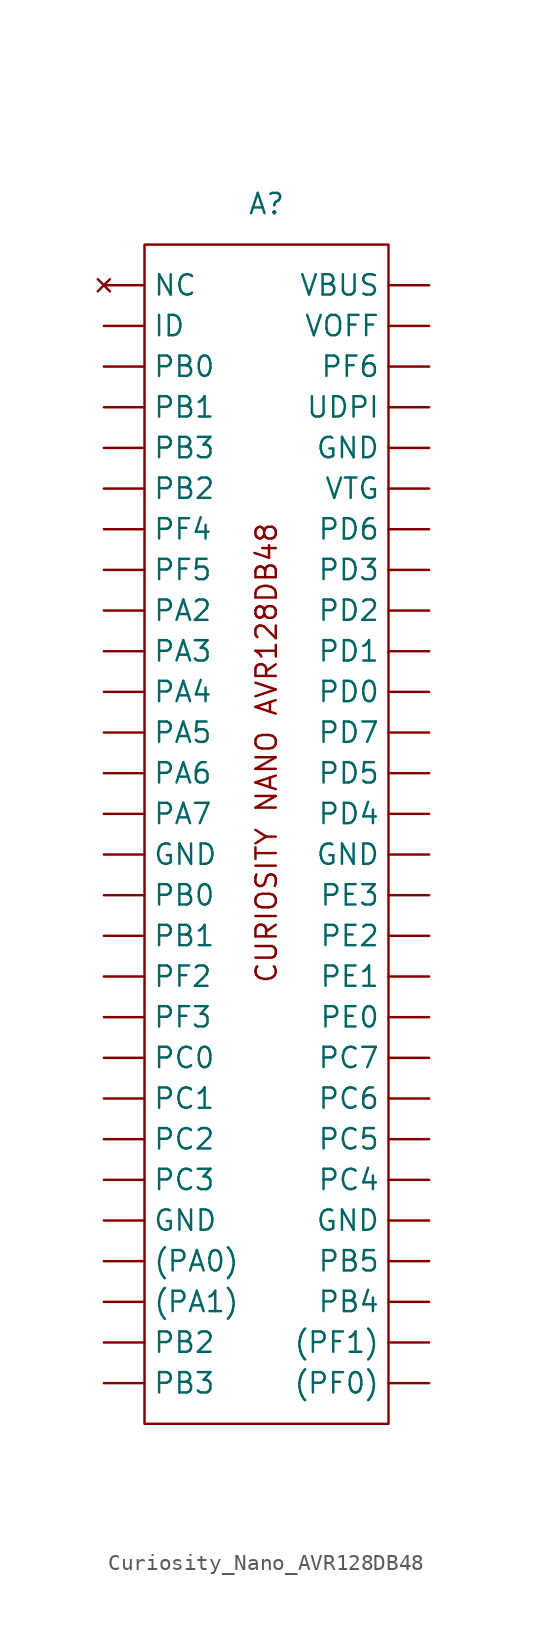
<source format=kicad_sym>
(kicad_symbol_lib
  (version 20220914)
  (generator kicad_symbol_editor)
  (symbol "Curiosity_Nano_AVR128DB48"
    (property "Reference" "A"
      (at 0 34.29 0)
      (effects (font (size 1.27 1.27))))
    (property "Value" ""
      (at 0 34.29 0)
      (effects (font (size 1.27 1.27))))
    (symbol "Curiosity_Nano_AVR128DB48_0_1"
      (rectangle (start -7.62 31.75) (end 7.62 -41.91) (stroke (width 0) (type default)) (fill (type none))))
    (symbol "Curiosity_Nano_AVR128DB48_1_1"
      (text "CURIOSITY NANO AVR128DB48" (at 0 0 900) (effects (font (size 1.27 1.27))))
      (pin input line (at -10.16 -31.75 0) (length 2.54) (name "(PA0)" (effects (font (size 1.27 1.27)))) (number "" (effects (font (size 1.27 1.27)))))
      (pin input line (at -10.16 -34.29 0) (length 2.54) (name "(PA1)" (effects (font (size 1.27 1.27)))) (number "" (effects (font (size 1.27 1.27)))))
      (pin input line (at 10.16 -39.37 180) (length 2.54) (name "(PF0)" (effects (font (size 1.27 1.27)))) (number "" (effects (font (size 1.27 1.27)))))
      (pin input line (at 10.16 -36.83 180) (length 2.54) (name "(PF1)" (effects (font (size 1.27 1.27)))) (number "" (effects (font (size 1.27 1.27)))))
      (pin input line (at -10.16 -29.21 0) (length 2.54) (name "GND" (effects (font (size 1.27 1.27)))) (number "" (effects (font (size 1.27 1.27)))))
      (pin input line (at -10.16 -6.35 0) (length 2.54) (name "GND" (effects (font (size 1.27 1.27)))) (number "" (effects (font (size 1.27 1.27)))))
      (pin input line (at 10.16 -29.21 180) (length 2.54) (name "GND" (effects (font (size 1.27 1.27)))) (number "" (effects (font (size 1.27 1.27)))))
      (pin input line (at 10.16 -6.35 180) (length 2.54) (name "GND" (effects (font (size 1.27 1.27)))) (number "" (effects (font (size 1.27 1.27)))))
      (pin input line (at 10.16 19.05 180) (length 2.54) (name "GND" (effects (font (size 1.27 1.27)))) (number "" (effects (font (size 1.27 1.27)))))
      (pin input line (at -10.16 26.67 0) (length 2.54) (name "ID" (effects (font (size 1.27 1.27)))) (number "" (effects (font (size 1.27 1.27)))))
      (pin no_connect line (at -10.16 29.21 0) (length 2.54) (name "NC" (effects (font (size 1.27 1.27)))) (number "" (effects (font (size 1.27 1.27)))))
      (pin input line (at -10.16 8.89 0) (length 2.54) (name "PA2" (effects (font (size 1.27 1.27)))) (number "" (effects (font (size 1.27 1.27)))))
      (pin input line (at -10.16 6.35 0) (length 2.54) (name "PA3" (effects (font (size 1.27 1.27)))) (number "" (effects (font (size 1.27 1.27)))))
      (pin input line (at -10.16 3.81 0) (length 2.54) (name "PA4" (effects (font (size 1.27 1.27)))) (number "" (effects (font (size 1.27 1.27)))))
      (pin input line (at -10.16 1.27 0) (length 2.54) (name "PA5" (effects (font (size 1.27 1.27)))) (number "" (effects (font (size 1.27 1.27)))))
      (pin input line (at -10.16 -1.27 0) (length 2.54) (name "PA6" (effects (font (size 1.27 1.27)))) (number "" (effects (font (size 1.27 1.27)))))
      (pin input line (at -10.16 -3.81 0) (length 2.54) (name "PA7" (effects (font (size 1.27 1.27)))) (number "" (effects (font (size 1.27 1.27)))))
      (pin input line (at -10.16 -8.89 0) (length 2.54) (name "PB0" (effects (font (size 1.27 1.27)))) (number "" (effects (font (size 1.27 1.27)))))
      (pin input line (at -10.16 24.13 0) (length 2.54) (name "PB0" (effects (font (size 1.27 1.27)))) (number "" (effects (font (size 1.27 1.27)))))
      (pin input line (at -10.16 -11.43 0) (length 2.54) (name "PB1" (effects (font (size 1.27 1.27)))) (number "" (effects (font (size 1.27 1.27)))))
      (pin input line (at -10.16 21.59 0) (length 2.54) (name "PB1" (effects (font (size 1.27 1.27)))) (number "" (effects (font (size 1.27 1.27)))))
      (pin input line (at -10.16 -36.83 0) (length 2.54) (name "PB2" (effects (font (size 1.27 1.27)))) (number "" (effects (font (size 1.27 1.27)))))
      (pin input line (at -10.16 16.51 0) (length 2.54) (name "PB2" (effects (font (size 1.27 1.27)))) (number "" (effects (font (size 1.27 1.27)))))
      (pin input line (at -10.16 -39.37 0) (length 2.54) (name "PB3" (effects (font (size 1.27 1.27)))) (number "" (effects (font (size 1.27 1.27)))))
      (pin input line (at -10.16 19.05 0) (length 2.54) (name "PB3" (effects (font (size 1.27 1.27)))) (number "" (effects (font (size 1.27 1.27)))))
      (pin input line (at 10.16 -34.29 180) (length 2.54) (name "PB4" (effects (font (size 1.27 1.27)))) (number "" (effects (font (size 1.27 1.27)))))
      (pin input line (at 10.16 -31.75 180) (length 2.54) (name "PB5" (effects (font (size 1.27 1.27)))) (number "" (effects (font (size 1.27 1.27)))))
      (pin input line (at -10.16 -19.05 0) (length 2.54) (name "PC0" (effects (font (size 1.27 1.27)))) (number "" (effects (font (size 1.27 1.27)))))
      (pin input line (at -10.16 -21.59 0) (length 2.54) (name "PC1" (effects (font (size 1.27 1.27)))) (number "" (effects (font (size 1.27 1.27)))))
      (pin input line (at -10.16 -24.13 0) (length 2.54) (name "PC2" (effects (font (size 1.27 1.27)))) (number "" (effects (font (size 1.27 1.27)))))
      (pin input line (at -10.16 -26.67 0) (length 2.54) (name "PC3" (effects (font (size 1.27 1.27)))) (number "" (effects (font (size 1.27 1.27)))))
      (pin input line (at 10.16 -26.67 180) (length 2.54) (name "PC4" (effects (font (size 1.27 1.27)))) (number "" (effects (font (size 1.27 1.27)))))
      (pin input line (at 10.16 -24.13 180) (length 2.54) (name "PC5" (effects (font (size 1.27 1.27)))) (number "" (effects (font (size 1.27 1.27)))))
      (pin input line (at 10.16 -21.59 180) (length 2.54) (name "PC6" (effects (font (size 1.27 1.27)))) (number "" (effects (font (size 1.27 1.27)))))
      (pin input line (at 10.16 -19.05 180) (length 2.54) (name "PC7" (effects (font (size 1.27 1.27)))) (number "" (effects (font (size 1.27 1.27)))))
      (pin input line (at 10.16 3.81 180) (length 2.54) (name "PD0" (effects (font (size 1.27 1.27)))) (number "" (effects (font (size 1.27 1.27)))))
      (pin input line (at 10.16 6.35 180) (length 2.54) (name "PD1" (effects (font (size 1.27 1.27)))) (number "" (effects (font (size 1.27 1.27)))))
      (pin input line (at 10.16 8.89 180) (length 2.54) (name "PD2" (effects (font (size 1.27 1.27)))) (number "" (effects (font (size 1.27 1.27)))))
      (pin input line (at 10.16 11.43 180) (length 2.54) (name "PD3" (effects (font (size 1.27 1.27)))) (number "" (effects (font (size 1.27 1.27)))))
      (pin input line (at 10.16 -3.81 180) (length 2.54) (name "PD4" (effects (font (size 1.27 1.27)))) (number "" (effects (font (size 1.27 1.27)))))
      (pin input line (at 10.16 -1.27 180) (length 2.54) (name "PD5" (effects (font (size 1.27 1.27)))) (number "" (effects (font (size 1.27 1.27)))))
      (pin input line (at 10.16 13.97 180) (length 2.54) (name "PD6" (effects (font (size 1.27 1.27)))) (number "" (effects (font (size 1.27 1.27)))))
      (pin input line (at 10.16 1.27 180) (length 2.54) (name "PD7" (effects (font (size 1.27 1.27)))) (number "" (effects (font (size 1.27 1.27)))))
      (pin input line (at 10.16 -16.51 180) (length 2.54) (name "PE0" (effects (font (size 1.27 1.27)))) (number "" (effects (font (size 1.27 1.27)))))
      (pin input line (at 10.16 -13.97 180) (length 2.54) (name "PE1" (effects (font (size 1.27 1.27)))) (number "" (effects (font (size 1.27 1.27)))))
      (pin input line (at 10.16 -11.43 180) (length 2.54) (name "PE2" (effects (font (size 1.27 1.27)))) (number "" (effects (font (size 1.27 1.27)))))
      (pin input line (at 10.16 -8.89 180) (length 2.54) (name "PE3" (effects (font (size 1.27 1.27)))) (number "" (effects (font (size 1.27 1.27)))))
      (pin input line (at -10.16 -13.97 0) (length 2.54) (name "PF2" (effects (font (size 1.27 1.27)))) (number "" (effects (font (size 1.27 1.27)))))
      (pin input line (at -10.16 -16.51 0) (length 2.54) (name "PF3" (effects (font (size 1.27 1.27)))) (number "" (effects (font (size 1.27 1.27)))))
      (pin input line (at -10.16 13.97 0) (length 2.54) (name "PF4" (effects (font (size 1.27 1.27)))) (number "" (effects (font (size 1.27 1.27)))))
      (pin input line (at -10.16 11.43 0) (length 2.54) (name "PF5" (effects (font (size 1.27 1.27)))) (number "" (effects (font (size 1.27 1.27)))))
      (pin input line (at 10.16 24.13 180) (length 2.54) (name "PF6" (effects (font (size 1.27 1.27)))) (number "" (effects (font (size 1.27 1.27)))))
      (pin input line (at 10.16 21.59 180) (length 2.54) (name "UDPI" (effects (font (size 1.27 1.27)))) (number "" (effects (font (size 1.27 1.27)))))
      (pin input line (at 10.16 29.21 180) (length 2.54) (name "VBUS" (effects (font (size 1.27 1.27)))) (number "" (effects (font (size 1.27 1.27)))))
      (pin input line (at 10.16 26.67 180) (length 2.54) (name "VOFF" (effects (font (size 1.27 1.27)))) (number "" (effects (font (size 1.27 1.27)))))
      (pin input line (at 10.16 16.51 180) (length 2.54) (name "VTG" (effects (font (size 1.27 1.27)))) (number "" (effects (font (size 1.27 1.27))))))))
</source>
